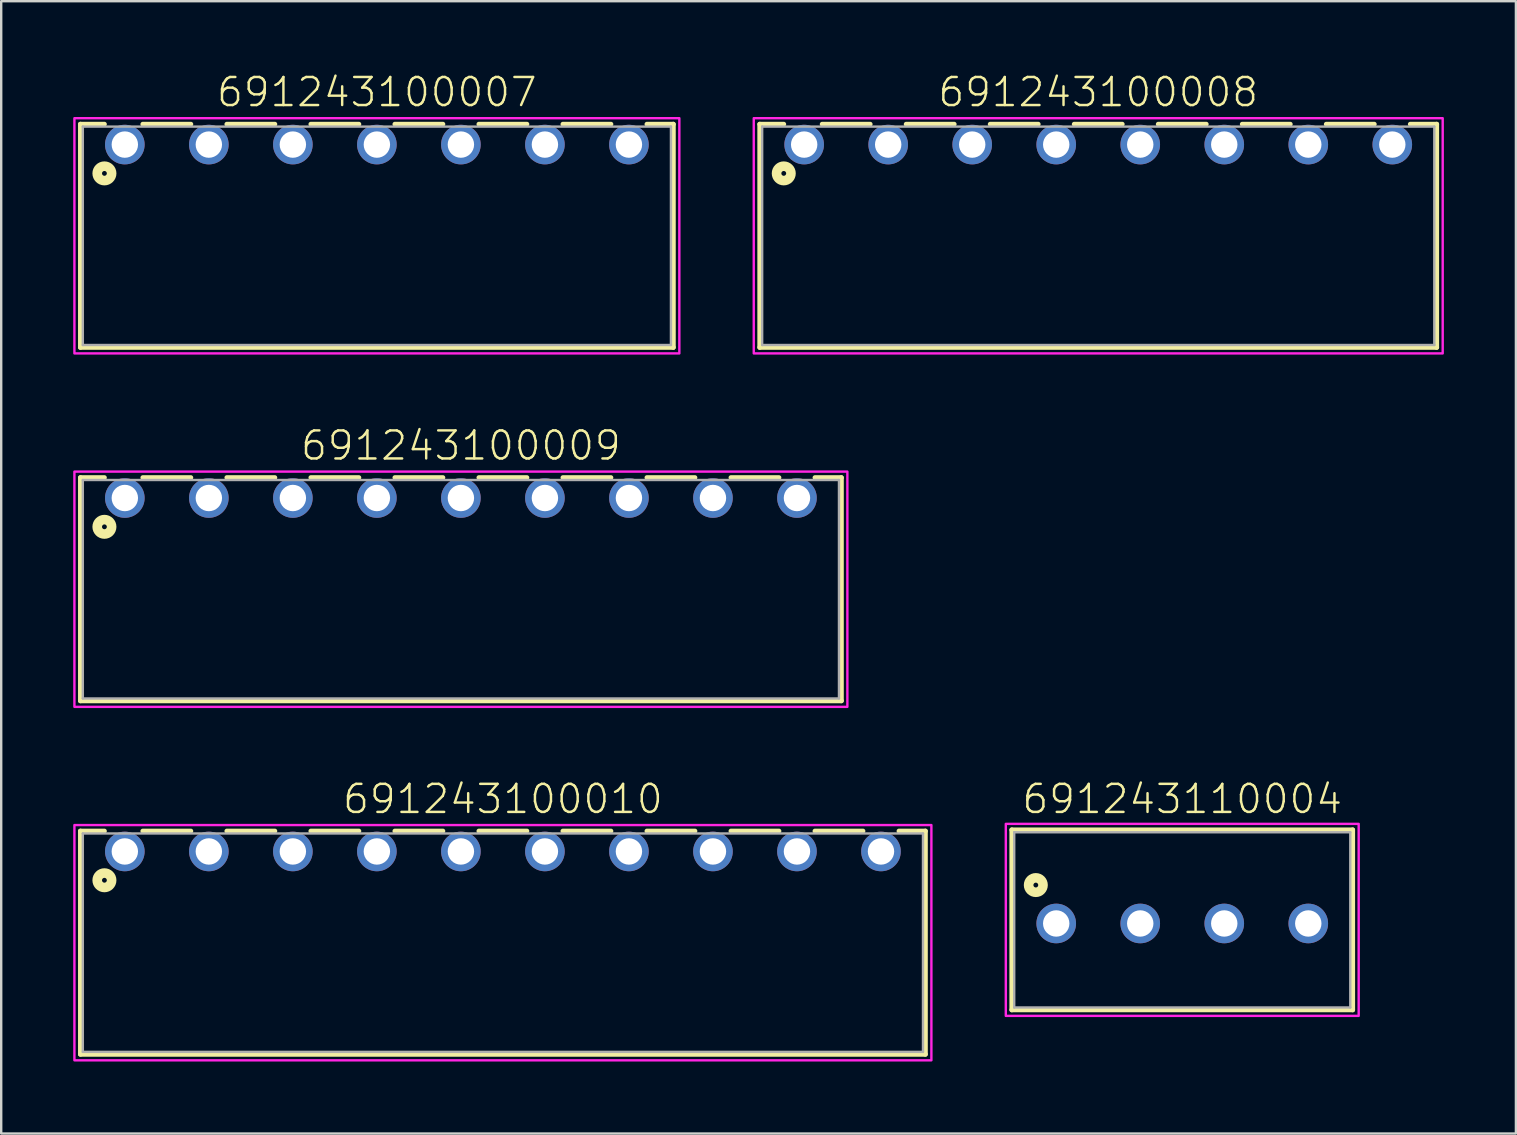
<source format=kicad_pcb>
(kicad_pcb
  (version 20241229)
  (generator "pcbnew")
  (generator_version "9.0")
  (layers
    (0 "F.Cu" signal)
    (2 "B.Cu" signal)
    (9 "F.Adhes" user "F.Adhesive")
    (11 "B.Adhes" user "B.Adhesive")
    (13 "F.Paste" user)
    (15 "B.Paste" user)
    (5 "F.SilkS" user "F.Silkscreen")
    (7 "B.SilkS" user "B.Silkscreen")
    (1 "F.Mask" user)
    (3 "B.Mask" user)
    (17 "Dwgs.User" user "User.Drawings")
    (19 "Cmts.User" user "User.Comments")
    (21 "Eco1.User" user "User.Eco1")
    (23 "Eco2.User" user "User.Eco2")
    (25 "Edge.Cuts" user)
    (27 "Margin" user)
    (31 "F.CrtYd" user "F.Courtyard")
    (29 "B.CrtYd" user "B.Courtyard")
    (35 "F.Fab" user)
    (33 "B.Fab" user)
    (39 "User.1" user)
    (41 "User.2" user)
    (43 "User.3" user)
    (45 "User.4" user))
  (footprint "691243110004"
    (layer "F.Cu")
    (at 46.2 35.42)
    (property "Reference" "691243110004" (at 0 -4.5 0) (unlocked yes) (layer "F.SilkS") (effects (font (size 1.168 1.168) (thickness 0.102)) (justify bottom)))
    (fp_line (start -7.1 -3.9) (end 7.1 -3.9) (stroke (width 0.2) (type solid)) (layer "F.SilkS"))
    (fp_line (start -7.1 3.6) (end -7.1 -3.9) (stroke (width 0.2) (type solid)) (layer "F.SilkS"))
    (fp_line (start 7.1 -3.9) (end 7.1 3.6) (stroke (width 0.2) (type solid)) (layer "F.SilkS"))
    (fp_line (start 7.1 3.6) (end -7.1 3.6) (stroke (width 0.2) (type solid)) (layer "F.SilkS"))
    (fp_circle (center -6.1 -1.6) (end -6 -1.6) (stroke (width 0.4) (type solid)) (fill no) (layer "F.SilkS"))
    (fp_poly (pts (xy 7.35 3.85) (xy -7.35 3.85) (xy -7.35 -4.15) (xy 7.35 -4.15)) (stroke (width 0.1) (type default)) (fill no) (layer "F.CrtYd"))
    (fp_line (start -7 -3.8) (end 7 -3.8) (stroke (width 0.1) (type solid)) (layer "F.Fab"))
    (fp_line (start -7 3.5) (end -7 -3.8) (stroke (width 0.1) (type solid)) (layer "F.Fab"))
    (fp_line (start 7 -3.8) (end 7 3.5) (stroke (width 0.1) (type solid)) (layer "F.Fab"))
    (fp_line (start 7 3.5) (end -7 3.5) (stroke (width 0.1) (type solid)) (layer "F.Fab"))
    (pad "1" thru_hole circle (at -5.25 0) (size 1.65 1.65) (drill 1.1) (layers "*.Cu" "*.Mask"))
    (pad "2" thru_hole circle (at -1.75 0) (size 1.65 1.65) (drill 1.1) (layers "*.Cu" "*.Mask"))
    (pad "3" thru_hole circle (at 1.75 0) (size 1.65 1.65) (drill 1.1) (layers "*.Cu" "*.Mask"))
    (pad "4" thru_hole circle (at 5.25 0) (size 1.65 1.65) (drill 1.1) (layers "*.Cu" "*.Mask")))
  (footprint "691243100010"
    (layer "F.Cu")
    (at 17.9 32.42)
    (property "Reference" "691243100010" (at 0 -1.5 0) (unlocked yes) (layer "F.SilkS") (effects (font (size 1.168 1.168) (thickness 0.102)) (justify bottom)))
    (fp_line (start -17.6 -0.85) (end -16.6 -0.85) (stroke (width 0.2) (type solid)) (layer "F.SilkS"))
    (fp_line (start -17.6 8.45) (end -17.6 -0.85) (stroke (width 0.2) (type solid)) (layer "F.SilkS"))
    (fp_line (start -15 -0.85) (end -13 -0.85) (stroke (width 0.2) (type solid)) (layer "F.SilkS"))
    (fp_line (start -11.5 -0.85) (end -9.5 -0.85) (stroke (width 0.2) (type solid)) (layer "F.SilkS"))
    (fp_line (start -8 -0.85) (end -6 -0.85) (stroke (width 0.2) (type solid)) (layer "F.SilkS"))
    (fp_line (start -4.5 -0.85) (end -2.5 -0.85) (stroke (width 0.2) (type solid)) (layer "F.SilkS"))
    (fp_line (start -1 -0.85) (end 1 -0.85) (stroke (width 0.2) (type solid)) (layer "F.SilkS"))
    (fp_line (start 2.5 -0.85) (end 4.5 -0.85) (stroke (width 0.2) (type solid)) (layer "F.SilkS"))
    (fp_line (start 6 -0.85) (end 8 -0.85) (stroke (width 0.2) (type solid)) (layer "F.SilkS"))
    (fp_line (start 9.5 -0.85) (end 11.5 -0.85) (stroke (width 0.2) (type solid)) (layer "F.SilkS"))
    (fp_line (start 13 -0.85) (end 15 -0.85) (stroke (width 0.2) (type solid)) (layer "F.SilkS"))
    (fp_line (start 17.6 -0.85) (end 16.5 -0.85) (stroke (width 0.2) (type solid)) (layer "F.SilkS"))
    (fp_line (start 17.6 -0.85) (end 17.6 8.45) (stroke (width 0.2) (type solid)) (layer "F.SilkS"))
    (fp_line (start 17.6 8.45) (end -17.6 8.45) (stroke (width 0.2) (type solid)) (layer "F.SilkS"))
    (fp_circle (center -16.6 1.2) (end -16.5 1.2) (stroke (width 0.4) (type solid)) (fill no) (layer "F.SilkS"))
    (fp_poly (pts (xy 17.85 8.7) (xy -17.85 8.7) (xy -17.85 -1.1) (xy 17.85 -1.1)) (stroke (width 0.1) (type default)) (fill no) (layer "F.CrtYd"))
    (fp_line (start -17.5 -0.75) (end 17.5 -0.75) (stroke (width 0.1) (type solid)) (layer "F.Fab"))
    (fp_line (start -17.5 8.35) (end -17.5 -0.75) (stroke (width 0.1) (type solid)) (layer "F.Fab"))
    (fp_line (start 17.5 -0.75) (end 17.5 8.35) (stroke (width 0.1) (type solid)) (layer "F.Fab"))
    (fp_line (start 17.5 8.35) (end -17.5 8.35) (stroke (width 0.1) (type solid)) (layer "F.Fab"))
    (pad "1" thru_hole circle (at -15.75 0) (size 1.65 1.65) (drill 1.1) (layers "*.Cu" "*.Mask"))
    (pad "2" thru_hole circle (at -12.25 0) (size 1.65 1.65) (drill 1.1) (layers "*.Cu" "*.Mask"))
    (pad "3" thru_hole circle (at -8.75 0) (size 1.65 1.65) (drill 1.1) (layers "*.Cu" "*.Mask"))
    (pad "4" thru_hole circle (at -5.25 0) (size 1.65 1.65) (drill 1.1) (layers "*.Cu" "*.Mask"))
    (pad "5" thru_hole circle (at -1.75 0) (size 1.65 1.65) (drill 1.1) (layers "*.Cu" "*.Mask"))
    (pad "6" thru_hole circle (at 1.75 0) (size 1.65 1.65) (drill 1.1) (layers "*.Cu" "*.Mask"))
    (pad "7" thru_hole circle (at 5.25 0) (size 1.65 1.65) (drill 1.1) (layers "*.Cu" "*.Mask"))
    (pad "8" thru_hole circle (at 8.75 0) (size 1.65 1.65) (drill 1.1) (layers "*.Cu" "*.Mask"))
    (pad "9" thru_hole circle (at 12.25 0) (size 1.65 1.65) (drill 1.1) (layers "*.Cu" "*.Mask"))
    (pad "10" thru_hole circle (at 15.75 0) (size 1.65 1.65) (drill 1.1) (layers "*.Cu" "*.Mask")))
  (footprint "691243100009"
    (layer "F.Cu")
    (at 16.15 17.696)
    (property "Reference" "691243100009" (at 0 -1.5 0) (unlocked yes) (layer "F.SilkS") (effects (font (size 1.168 1.168) (thickness 0.102)) (justify bottom)))
    (fp_line (start -15.85 -0.85) (end -14.85 -0.85) (stroke (width 0.2) (type solid)) (layer "F.SilkS"))
    (fp_line (start -15.85 8.45) (end -15.85 -0.85) (stroke (width 0.2) (type solid)) (layer "F.SilkS"))
    (fp_line (start -13.25 -0.85) (end -11.25 -0.85) (stroke (width 0.2) (type solid)) (layer "F.SilkS"))
    (fp_line (start -9.75 -0.85) (end -7.75 -0.85) (stroke (width 0.2) (type solid)) (layer "F.SilkS"))
    (fp_line (start -6.25 -0.85) (end -4.25 -0.85) (stroke (width 0.2) (type solid)) (layer "F.SilkS"))
    (fp_line (start -2.75 -0.85) (end -0.75 -0.85) (stroke (width 0.2) (type solid)) (layer "F.SilkS"))
    (fp_line (start 0.75 -0.85) (end 2.75 -0.85) (stroke (width 0.2) (type solid)) (layer "F.SilkS"))
    (fp_line (start 4.25 -0.85) (end 6.25 -0.85) (stroke (width 0.2) (type solid)) (layer "F.SilkS"))
    (fp_line (start 7.75 -0.85) (end 9.75 -0.85) (stroke (width 0.2) (type solid)) (layer "F.SilkS"))
    (fp_line (start 11.25 -0.85) (end 13.25 -0.85) (stroke (width 0.2) (type solid)) (layer "F.SilkS"))
    (fp_line (start 15.85 -0.85) (end 14.75 -0.85) (stroke (width 0.2) (type solid)) (layer "F.SilkS"))
    (fp_line (start 15.85 -0.85) (end 15.85 8.45) (stroke (width 0.2) (type solid)) (layer "F.SilkS"))
    (fp_line (start 15.85 8.45) (end -15.85 8.45) (stroke (width 0.2) (type solid)) (layer "F.SilkS"))
    (fp_circle (center -14.85 1.2) (end -14.75 1.2) (stroke (width 0.4) (type solid)) (fill no) (layer "F.SilkS"))
    (fp_poly (pts (xy 16.1 8.7) (xy -16.1 8.7) (xy -16.1 -1.1) (xy 16.1 -1.1)) (stroke (width 0.1) (type default)) (fill no) (layer "F.CrtYd"))
    (fp_line (start -15.75 -0.75) (end 15.75 -0.75) (stroke (width 0.1) (type solid)) (layer "F.Fab"))
    (fp_line (start -15.75 8.35) (end -15.75 -0.75) (stroke (width 0.1) (type solid)) (layer "F.Fab"))
    (fp_line (start 15.75 -0.75) (end 15.75 8.35) (stroke (width 0.1) (type solid)) (layer "F.Fab"))
    (fp_line (start 15.75 8.35) (end -15.75 8.35) (stroke (width 0.1) (type solid)) (layer "F.Fab"))
    (pad "1" thru_hole circle (at -14 0) (size 1.65 1.65) (drill 1.1) (layers "*.Cu" "*.Mask"))
    (pad "2" thru_hole circle (at -10.5 0) (size 1.65 1.65) (drill 1.1) (layers "*.Cu" "*.Mask"))
    (pad "3" thru_hole circle (at -7 0) (size 1.65 1.65) (drill 1.1) (layers "*.Cu" "*.Mask"))
    (pad "4" thru_hole circle (at -3.5 0) (size 1.65 1.65) (drill 1.1) (layers "*.Cu" "*.Mask"))
    (pad "5" thru_hole circle (at 0 0) (size 1.65 1.65) (drill 1.1) (layers "*.Cu" "*.Mask"))
    (pad "6" thru_hole circle (at 3.5 0) (size 1.65 1.65) (drill 1.1) (layers "*.Cu" "*.Mask"))
    (pad "7" thru_hole circle (at 7 0) (size 1.65 1.65) (drill 1.1) (layers "*.Cu" "*.Mask"))
    (pad "8" thru_hole circle (at 10.5 0) (size 1.65 1.65) (drill 1.1) (layers "*.Cu" "*.Mask"))
    (pad "9" thru_hole circle (at 14 0) (size 1.65 1.65) (drill 1.1) (layers "*.Cu" "*.Mask")))
  (footprint "691243100008"
    (layer "F.Cu")
    (at 42.7 2.973)
    (property "Reference" "691243100008" (at 0 -1.5 0) (unlocked yes) (layer "F.SilkS") (effects (font (size 1.168 1.168) (thickness 0.102)) (justify bottom)))
    (fp_line (start -14.1 -0.85) (end -13.1 -0.85) (stroke (width 0.2) (type solid)) (layer "F.SilkS"))
    (fp_line (start -14.1 8.45) (end -14.1 -0.85) (stroke (width 0.2) (type solid)) (layer "F.SilkS"))
    (fp_line (start -11.5 -0.85) (end -9.5 -0.85) (stroke (width 0.2) (type solid)) (layer "F.SilkS"))
    (fp_line (start -8 -0.85) (end -6 -0.85) (stroke (width 0.2) (type solid)) (layer "F.SilkS"))
    (fp_line (start -4.5 -0.85) (end -2.5 -0.85) (stroke (width 0.2) (type solid)) (layer "F.SilkS"))
    (fp_line (start -1 -0.85) (end 1 -0.85) (stroke (width 0.2) (type solid)) (layer "F.SilkS"))
    (fp_line (start 2.5 -0.85) (end 4.5 -0.85) (stroke (width 0.2) (type solid)) (layer "F.SilkS"))
    (fp_line (start 6 -0.85) (end 8 -0.85) (stroke (width 0.2) (type solid)) (layer "F.SilkS"))
    (fp_line (start 9.5 -0.85) (end 11.5 -0.85) (stroke (width 0.2) (type solid)) (layer "F.SilkS"))
    (fp_line (start 14.1 -0.85) (end 13 -0.85) (stroke (width 0.2) (type solid)) (layer "F.SilkS"))
    (fp_line (start 14.1 -0.85) (end 14.1 8.45) (stroke (width 0.2) (type solid)) (layer "F.SilkS"))
    (fp_line (start 14.1 8.45) (end -14.1 8.45) (stroke (width 0.2) (type solid)) (layer "F.SilkS"))
    (fp_circle (center -13.1 1.2) (end -13 1.2) (stroke (width 0.4) (type solid)) (fill no) (layer "F.SilkS"))
    (fp_poly (pts (xy 14.35 8.7) (xy -14.35 8.7) (xy -14.35 -1.1) (xy 14.35 -1.1)) (stroke (width 0.1) (type default)) (fill no) (layer "F.CrtYd"))
    (fp_line (start -14 -0.75) (end 14 -0.75) (stroke (width 0.1) (type solid)) (layer "F.Fab"))
    (fp_line (start -14 8.35) (end -14 -0.75) (stroke (width 0.1) (type solid)) (layer "F.Fab"))
    (fp_line (start 14 -0.75) (end 14 8.35) (stroke (width 0.1) (type solid)) (layer "F.Fab"))
    (fp_line (start 14 8.35) (end -14 8.35) (stroke (width 0.1) (type solid)) (layer "F.Fab"))
    (pad "1" thru_hole circle (at -12.25 0) (size 1.65 1.65) (drill 1.1) (layers "*.Cu" "*.Mask"))
    (pad "2" thru_hole circle (at -8.75 0) (size 1.65 1.65) (drill 1.1) (layers "*.Cu" "*.Mask"))
    (pad "3" thru_hole circle (at -5.25 0) (size 1.65 1.65) (drill 1.1) (layers "*.Cu" "*.Mask"))
    (pad "4" thru_hole circle (at -1.75 0) (size 1.65 1.65) (drill 1.1) (layers "*.Cu" "*.Mask"))
    (pad "5" thru_hole circle (at 1.75 0) (size 1.65 1.65) (drill 1.1) (layers "*.Cu" "*.Mask"))
    (pad "6" thru_hole circle (at 5.25 0) (size 1.65 1.65) (drill 1.1) (layers "*.Cu" "*.Mask"))
    (pad "7" thru_hole circle (at 8.75 0) (size 1.65 1.65) (drill 1.1) (layers "*.Cu" "*.Mask"))
    (pad "8" thru_hole circle (at 12.25 0) (size 1.65 1.65) (drill 1.1) (layers "*.Cu" "*.Mask")))
  (footprint "691243100007"
    (layer "F.Cu")
    (at 12.65 2.973)
    (property "Reference" "691243100007" (at 0 -1.5 0) (unlocked yes) (layer "F.SilkS") (effects (font (size 1.168 1.168) (thickness 0.102)) (justify bottom)))
    (fp_line (start -12.35 -0.85) (end -11.35 -0.85) (stroke (width 0.2) (type solid)) (layer "F.SilkS"))
    (fp_line (start -12.35 8.45) (end -12.35 -0.85) (stroke (width 0.2) (type solid)) (layer "F.SilkS"))
    (fp_line (start -9.75 -0.85) (end -7.75 -0.85) (stroke (width 0.2) (type solid)) (layer "F.SilkS"))
    (fp_line (start -6.25 -0.85) (end -4.25 -0.85) (stroke (width 0.2) (type solid)) (layer "F.SilkS"))
    (fp_line (start -2.75 -0.85) (end -0.75 -0.85) (stroke (width 0.2) (type solid)) (layer "F.SilkS"))
    (fp_line (start 0.75 -0.85) (end 2.75 -0.85) (stroke (width 0.2) (type solid)) (layer "F.SilkS"))
    (fp_line (start 4.25 -0.85) (end 6.25 -0.85) (stroke (width 0.2) (type solid)) (layer "F.SilkS"))
    (fp_line (start 7.75 -0.85) (end 9.75 -0.85) (stroke (width 0.2) (type solid)) (layer "F.SilkS"))
    (fp_line (start 12.35 -0.85) (end 11.25 -0.85) (stroke (width 0.2) (type solid)) (layer "F.SilkS"))
    (fp_line (start 12.35 -0.85) (end 12.35 8.45) (stroke (width 0.2) (type solid)) (layer "F.SilkS"))
    (fp_line (start 12.35 8.45) (end -12.35 8.45) (stroke (width 0.2) (type solid)) (layer "F.SilkS"))
    (fp_circle (center -11.35 1.2) (end -11.25 1.2) (stroke (width 0.4) (type solid)) (fill no) (layer "F.SilkS"))
    (fp_poly (pts (xy 12.6 8.7) (xy -12.6 8.7) (xy -12.6 -1.1) (xy 12.6 -1.1)) (stroke (width 0.1) (type default)) (fill no) (layer "F.CrtYd"))
    (fp_line (start -12.25 -0.75) (end 12.25 -0.75) (stroke (width 0.1) (type solid)) (layer "F.Fab"))
    (fp_line (start -12.25 8.35) (end -12.25 -0.75) (stroke (width 0.1) (type solid)) (layer "F.Fab"))
    (fp_line (start 12.25 -0.75) (end 12.25 8.35) (stroke (width 0.1) (type solid)) (layer "F.Fab"))
    (fp_line (start 12.25 8.35) (end -12.25 8.35) (stroke (width 0.1) (type solid)) (layer "F.Fab"))
    (pad "1" thru_hole circle (at -10.5 0) (size 1.65 1.65) (drill 1.1) (layers "*.Cu" "*.Mask"))
    (pad "2" thru_hole circle (at -7 0) (size 1.65 1.65) (drill 1.1) (layers "*.Cu" "*.Mask"))
    (pad "3" thru_hole circle (at -3.5 0) (size 1.65 1.65) (drill 1.1) (layers "*.Cu" "*.Mask"))
    (pad "4" thru_hole circle (at 0 0) (size 1.65 1.65) (drill 1.1) (layers "*.Cu" "*.Mask"))
    (pad "5" thru_hole circle (at 3.5 0) (size 1.65 1.65) (drill 1.1) (layers "*.Cu" "*.Mask"))
    (pad "6" thru_hole circle (at 7 0) (size 1.65 1.65) (drill 1.1) (layers "*.Cu" "*.Mask"))
    (pad "7" thru_hole circle (at 10.5 0) (size 1.65 1.65) (drill 1.1) (layers "*.Cu" "*.Mask")))
  (gr_rect
    (start -3 -3)
    (end 60.1 44.17)
    (stroke (width 0.1) (type default))
    (fill no)
    (layer "Edge.Cuts")))
</source>
